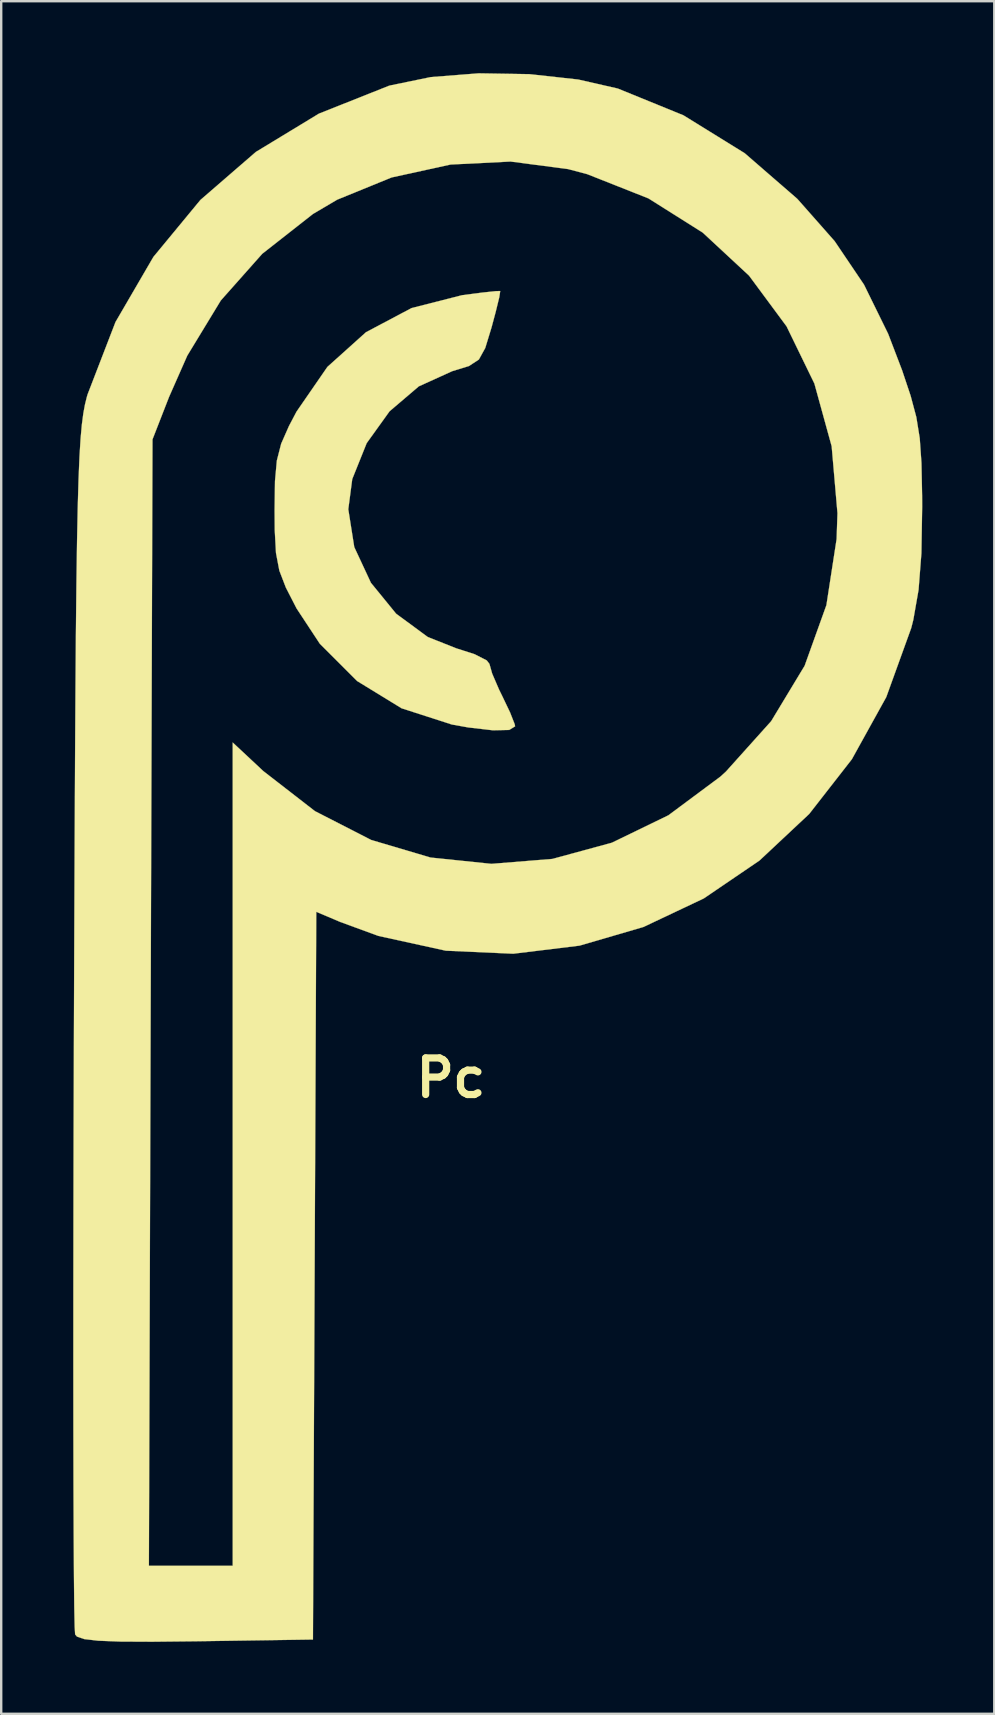
<source format=kicad_pcb>
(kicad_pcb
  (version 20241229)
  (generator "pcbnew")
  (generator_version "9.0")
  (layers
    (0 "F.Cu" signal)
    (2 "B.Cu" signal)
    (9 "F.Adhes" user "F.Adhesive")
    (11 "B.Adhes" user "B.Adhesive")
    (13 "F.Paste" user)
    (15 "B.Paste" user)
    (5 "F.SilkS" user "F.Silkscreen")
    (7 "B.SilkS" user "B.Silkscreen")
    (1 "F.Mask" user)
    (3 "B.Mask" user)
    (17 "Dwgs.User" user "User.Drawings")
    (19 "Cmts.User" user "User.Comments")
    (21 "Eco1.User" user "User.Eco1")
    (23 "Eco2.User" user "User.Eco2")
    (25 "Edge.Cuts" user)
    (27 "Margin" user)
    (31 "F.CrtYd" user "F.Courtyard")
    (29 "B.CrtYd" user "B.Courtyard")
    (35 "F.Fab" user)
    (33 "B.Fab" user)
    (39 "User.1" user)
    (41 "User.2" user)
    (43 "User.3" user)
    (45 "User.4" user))
  (footprint "Pc"
    (layer "F.Cu")
    (at 15.736 41.859)
    (property "Reference" "Pc" (at 0 0 0) (layer "F.SilkS") (effects (font (size 1.524 1.524) (thickness 0.3))))
    (attr through_hole)
    (fp_poly (pts (xy 2.015 -32.529) (xy 1.863 -31.907) (xy 1.689 -31.258) (xy 1.43 -30.412) (xy 1.164 -29.93) (xy 0.749 -29.659) (xy 0.052 -29.445) (xy -1.338 -28.814) (xy -2.556 -27.775) (xy -3.51 -26.447) (xy -4.111 -24.951) (xy -4.276 -23.693) (xy -4.027 -22.117) (xy -3.333 -20.628) (xy -2.283 -19.341) (xy -0.965 -18.371) (xy 0.217 -17.901) (xy 0.989 -17.653) (xy 1.493 -17.395) (xy 1.604 -17.251) (xy 1.718 -16.847) (xy 2.004 -16.183) (xy 2.139 -15.908) (xy 2.466 -15.223) (xy 2.655 -14.741) (xy 2.674 -14.649) (xy 2.429 -14.499) (xy 1.752 -14.484) (xy 0.724 -14.603) (xy 0.035 -14.726) (xy -2.056 -15.401) (xy -3.907 -16.536) (xy -5.461 -18.089) (xy -6.432 -19.564) (xy -6.877 -20.431) (xy -7.148 -21.136) (xy -7.288 -21.87) (xy -7.34 -22.824) (xy -7.346 -23.662) (xy -7.33 -24.864) (xy -7.252 -25.721) (xy -7.072 -26.424) (xy -6.746 -27.163) (xy -6.432 -27.76) (xy -5.146 -29.624) (xy -3.538 -31.069) (xy -1.641 -32.074) (xy 0.466 -32.611) (xy 1.299 -32.719) (xy 1.877 -32.78) (xy 2.054 -32.784) (xy 2.015 -32.529)) (stroke (width 0.01) (type solid)) (fill yes) (layer "F.SilkS"))
    (fp_poly (pts (xy 3.272 -41.819) (xy 5.302 -41.596) (xy 6.952 -41.22) (xy 9.687 -40.105) (xy 12.239 -38.526) (xy 14.431 -36.624) (xy 15.985 -34.864) (xy 17.209 -33.051) (xy 18.215 -31.002) (xy 18.797 -29.48) (xy 19.152 -28.419) (xy 19.389 -27.532) (xy 19.531 -26.653) (xy 19.603 -25.619) (xy 19.63 -24.262) (xy 19.632 -23.796) (xy 19.601 -21.863) (xy 19.482 -20.334) (xy 19.263 -19.084) (xy 19.177 -18.746) (xy 18.137 -15.868) (xy 16.703 -13.278) (xy 14.926 -10.999) (xy 12.854 -9.058) (xy 10.535 -7.48) (xy 8.02 -6.29) (xy 5.358 -5.513) (xy 2.597 -5.176) (xy -0.213 -5.302) (xy -3.023 -5.918) (xy -4.61 -6.499) (xy -5.61 -6.922) (xy -5.679 8.236) (xy -5.748 23.395) (xy -10.634 23.468) (xy -12.437 23.487) (xy -13.769 23.481) (xy -14.694 23.445) (xy -15.277 23.377) (xy -15.579 23.273) (xy -15.656 23.184) (xy -15.675 22.87) (xy -15.692 22.06) (xy -15.705 20.79) (xy -15.708 20.32) (xy -12.583 20.32) (xy -9.091 20.32) (xy -9.091 -13.976) (xy -7.817 -12.785) (xy -5.665 -11.116) (xy -3.322 -9.915) (xy -0.85 -9.183) (xy 1.687 -8.92) (xy 4.226 -9.125) (xy 6.705 -9.8) (xy 9.06 -10.943) (xy 11.228 -12.555) (xy 11.457 -12.764) (xy 13.342 -14.864) (xy 14.736 -17.172) (xy 15.643 -19.698) (xy 16.068 -22.453) (xy 16.104 -23.528) (xy 15.862 -26.318) (xy 15.143 -28.928) (xy 13.983 -31.313) (xy 12.42 -33.426) (xy 10.49 -35.218) (xy 8.23 -36.643) (xy 5.677 -37.654) (xy 4.879 -37.865) (xy 2.482 -38.179) (xy -0.017 -38.054) (xy -2.472 -37.516) (xy -4.74 -36.59) (xy -5.748 -35.995) (xy -7.861 -34.336) (xy -9.586 -32.393) (xy -10.984 -30.093) (xy -11.743 -28.373) (xy -12.433 -26.603) (xy -12.508 -3.142) (xy -12.583 20.32) (xy -15.708 20.32) (xy -15.716 19.099) (xy -15.724 17.025) (xy -15.729 14.605) (xy -15.731 11.878) (xy -15.73 8.881) (xy -15.726 5.652) (xy -15.719 2.228) (xy -15.708 -1.351) (xy -15.706 -2.022) (xy -15.69 -6.252) (xy -15.675 -9.982) (xy -15.659 -13.244) (xy -15.642 -16.074) (xy -15.624 -18.506) (xy -15.602 -20.573) (xy -15.577 -22.309) (xy -15.548 -23.748) (xy -15.514 -24.924) (xy -15.475 -25.872) (xy -15.429 -26.626) (xy -15.376 -27.218) (xy -15.315 -27.684) (xy -15.246 -28.057) (xy -15.168 -28.372) (xy -15.138 -28.475) (xy -13.974 -31.493) (xy -12.395 -34.206) (xy -10.436 -36.579) (xy -8.126 -38.58) (xy -5.499 -40.175) (xy -2.587 -41.333) (xy -2.54 -41.347) (xy -0.842 -41.697) (xy 1.16 -41.854) (xy 3.272 -41.819)) (stroke (width 0.01) (type solid)) (fill yes) (layer "F.SilkS")))
  (gr_rect
    (start -3 -3)
    (end 38.373 68.35)
    (stroke (width 0.1) (type default))
    (fill no)
    (layer "Edge.Cuts")))
</source>
